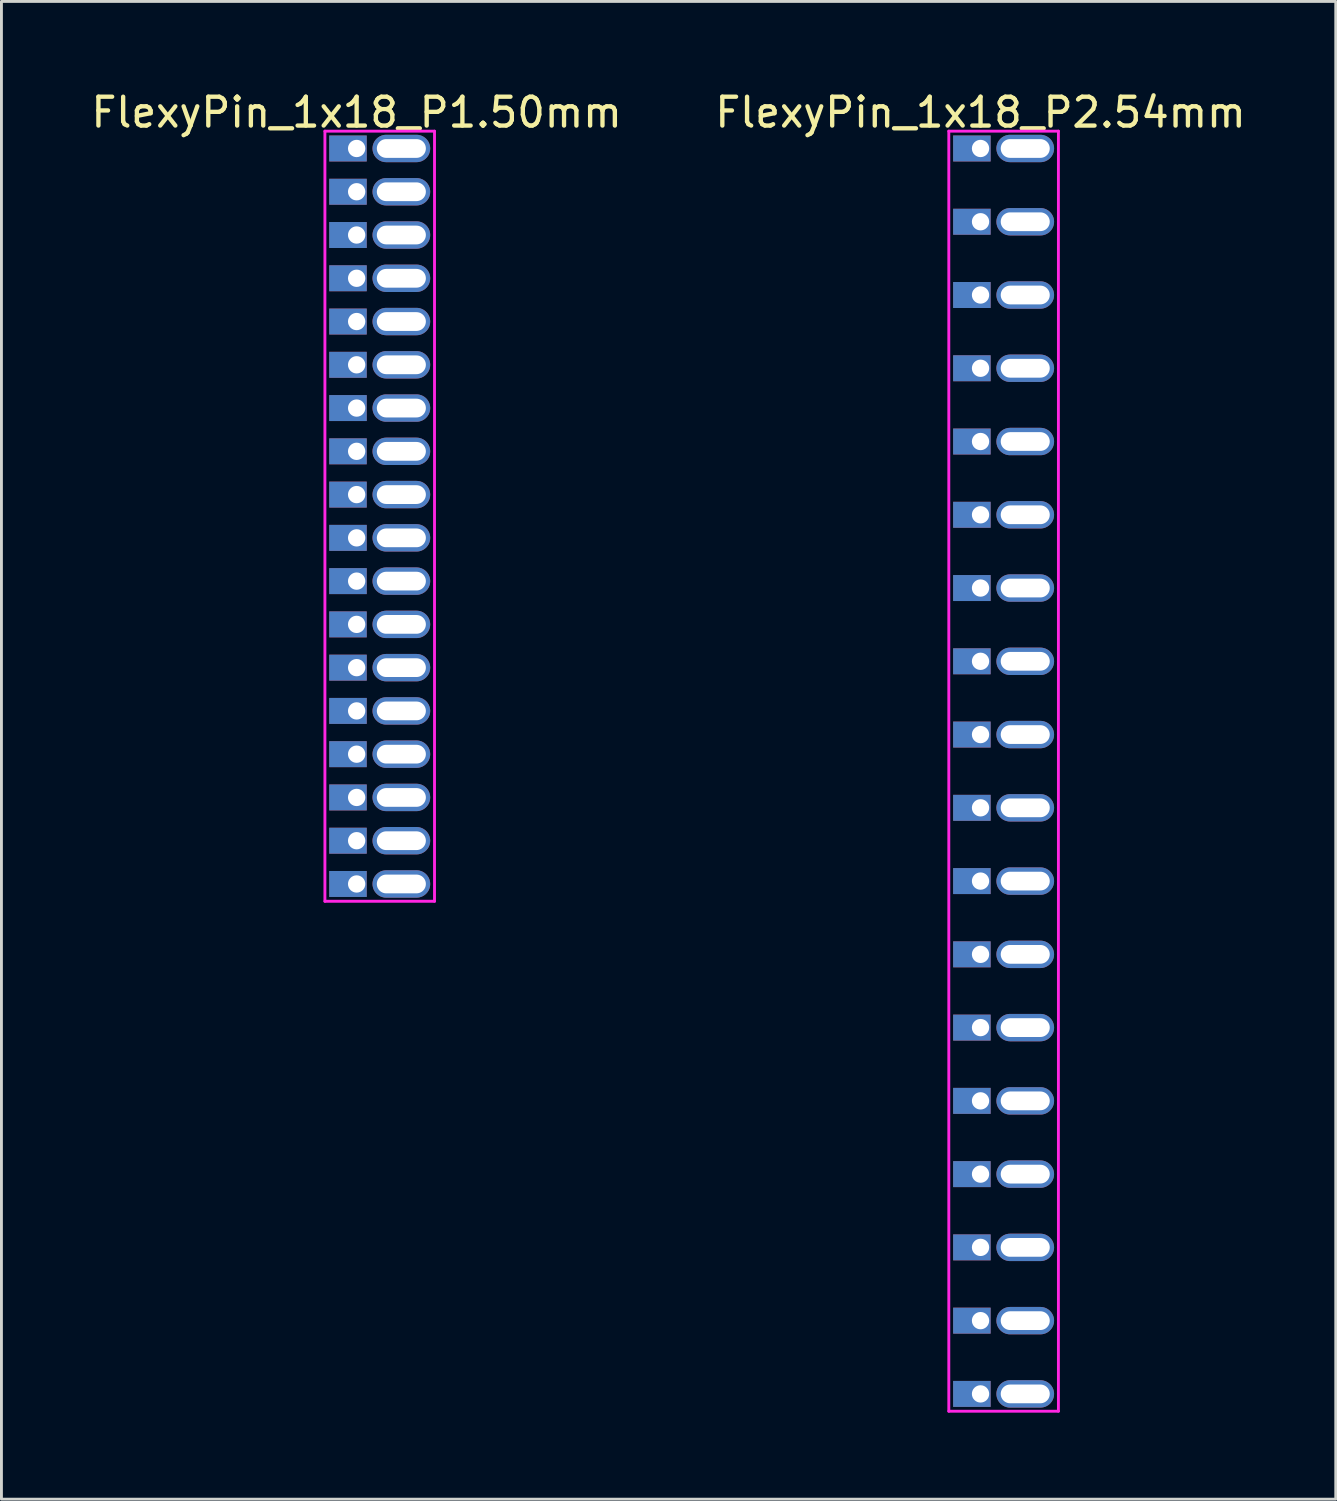
<source format=kicad_pcb>
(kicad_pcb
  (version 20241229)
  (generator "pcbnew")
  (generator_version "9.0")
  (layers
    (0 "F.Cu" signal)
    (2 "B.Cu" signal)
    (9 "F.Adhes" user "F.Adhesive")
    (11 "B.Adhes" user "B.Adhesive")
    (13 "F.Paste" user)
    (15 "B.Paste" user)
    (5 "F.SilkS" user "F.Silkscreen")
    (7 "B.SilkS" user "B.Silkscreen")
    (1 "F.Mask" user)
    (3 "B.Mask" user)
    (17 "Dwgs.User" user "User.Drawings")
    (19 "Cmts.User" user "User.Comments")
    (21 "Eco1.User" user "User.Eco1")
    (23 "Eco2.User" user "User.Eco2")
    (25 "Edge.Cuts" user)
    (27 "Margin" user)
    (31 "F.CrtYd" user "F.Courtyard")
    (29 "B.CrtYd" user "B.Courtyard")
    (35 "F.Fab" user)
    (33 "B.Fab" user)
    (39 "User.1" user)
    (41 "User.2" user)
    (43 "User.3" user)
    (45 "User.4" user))
  (footprint "FlexyPin_1x18_P1.50mm"
    (layer "F.Cu")
    (at 9.315 2.098)
    (property "Reference" "FlexyPin_1x18_P1.50mm" (at 0 -1.25 0) (layer "F.SilkS") (effects (font (size 1 1) (thickness 0.15))))
    (attr through_hole)
    (fp_line (start -1.1 -0.6) (end 2.7 -0.6) (stroke (width 0.1) (type solid)) (layer "F.CrtYd"))
    (fp_line (start -1.1 26.1) (end -1.1 -0.6) (stroke (width 0.1) (type solid)) (layer "F.CrtYd"))
    (fp_line (start 2.7 -0.6) (end 2.7 26.1) (stroke (width 0.1) (type solid)) (layer "F.CrtYd"))
    (fp_line (start 2.7 26.1) (end -1.1 26.1) (stroke (width 0.1) (type solid)) (layer "F.CrtYd"))
    (pad "" thru_hole oval (at 1.55 0) (size 2 0.95) (drill oval 1.7 0.65) (layers "*.Cu" "*.Mask"))
    (pad "" thru_hole oval (at 1.55 1.5) (size 2 0.95) (drill oval 1.7 0.65) (layers "*.Cu" "*.Mask"))
    (pad "" thru_hole oval (at 1.55 3) (size 2 0.95) (drill oval 1.7 0.65) (layers "*.Cu" "*.Mask"))
    (pad "" thru_hole oval (at 1.55 4.5) (size 2 0.95) (drill oval 1.7 0.65) (layers "*.Cu" "*.Mask"))
    (pad "" thru_hole oval (at 1.55 6) (size 2 0.95) (drill oval 1.7 0.65) (layers "*.Cu" "*.Mask"))
    (pad "" thru_hole oval (at 1.55 7.5) (size 2 0.95) (drill oval 1.7 0.65) (layers "*.Cu" "*.Mask"))
    (pad "" thru_hole oval (at 1.55 9) (size 2 0.95) (drill oval 1.7 0.65) (layers "*.Cu" "*.Mask"))
    (pad "" thru_hole oval (at 1.55 10.5) (size 2 0.95) (drill oval 1.7 0.65) (layers "*.Cu" "*.Mask"))
    (pad "" thru_hole oval (at 1.55 12) (size 2 0.95) (drill oval 1.7 0.65) (layers "*.Cu" "*.Mask"))
    (pad "" thru_hole oval (at 1.55 13.5) (size 2 0.95) (drill oval 1.7 0.65) (layers "*.Cu" "*.Mask"))
    (pad "" thru_hole oval (at 1.55 15) (size 2 0.95) (drill oval 1.7 0.65) (layers "*.Cu" "*.Mask"))
    (pad "" thru_hole oval (at 1.55 16.5) (size 2 0.95) (drill oval 1.7 0.65) (layers "*.Cu" "*.Mask"))
    (pad "" thru_hole oval (at 1.55 18) (size 2 0.95) (drill oval 1.7 0.65) (layers "*.Cu" "*.Mask"))
    (pad "" thru_hole oval (at 1.55 19.5) (size 2 0.95) (drill oval 1.7 0.65) (layers "*.Cu" "*.Mask"))
    (pad "" thru_hole oval (at 1.55 21) (size 2 0.95) (drill oval 1.7 0.65) (layers "*.Cu" "*.Mask"))
    (pad "" thru_hole oval (at 1.55 22.5) (size 2 0.95) (drill oval 1.7 0.65) (layers "*.Cu" "*.Mask"))
    (pad "" thru_hole oval (at 1.55 24) (size 2 0.95) (drill oval 1.7 0.65) (layers "*.Cu" "*.Mask"))
    (pad "" thru_hole oval (at 1.55 25.5) (size 2 0.95) (drill oval 1.7 0.65) (layers "*.Cu" "*.Mask"))
    (pad "1" thru_hole rect (at 0 0) (size 1.3 0.9) (drill 0.6 (offset -0.3 0)) (layers "*.Cu" "*.Mask"))
    (pad "2" thru_hole rect (at 0 1.5) (size 1.3 0.9) (drill 0.6 (offset -0.3 0)) (layers "*.Cu" "*.Mask"))
    (pad "3" thru_hole rect (at 0 3) (size 1.3 0.9) (drill 0.6 (offset -0.3 0)) (layers "*.Cu" "*.Mask"))
    (pad "4" thru_hole rect (at 0 4.5) (size 1.3 0.9) (drill 0.6 (offset -0.3 0)) (layers "*.Cu" "*.Mask"))
    (pad "5" thru_hole rect (at 0 6) (size 1.3 0.9) (drill 0.6 (offset -0.3 0)) (layers "*.Cu" "*.Mask"))
    (pad "6" thru_hole rect (at 0 7.5) (size 1.3 0.9) (drill 0.6 (offset -0.3 0)) (layers "*.Cu" "*.Mask"))
    (pad "7" thru_hole rect (at 0 9) (size 1.3 0.9) (drill 0.6 (offset -0.3 0)) (layers "*.Cu" "*.Mask"))
    (pad "8" thru_hole rect (at 0 10.5) (size 1.3 0.9) (drill 0.6 (offset -0.3 0)) (layers "*.Cu" "*.Mask"))
    (pad "9" thru_hole rect (at 0 12) (size 1.3 0.9) (drill 0.6 (offset -0.3 0)) (layers "*.Cu" "*.Mask"))
    (pad "10" thru_hole rect (at 0 13.5) (size 1.3 0.9) (drill 0.6 (offset -0.3 0)) (layers "*.Cu" "*.Mask"))
    (pad "11" thru_hole rect (at 0 15) (size 1.3 0.9) (drill 0.6 (offset -0.3 0)) (layers "*.Cu" "*.Mask"))
    (pad "12" thru_hole rect (at 0 16.5) (size 1.3 0.9) (drill 0.6 (offset -0.3 0)) (layers "*.Cu" "*.Mask"))
    (pad "13" thru_hole rect (at 0 18) (size 1.3 0.9) (drill 0.6 (offset -0.3 0)) (layers "*.Cu" "*.Mask"))
    (pad "14" thru_hole rect (at 0 19.5) (size 1.3 0.9) (drill 0.6 (offset -0.3 0)) (layers "*.Cu" "*.Mask"))
    (pad "15" thru_hole rect (at 0 21) (size 1.3 0.9) (drill 0.6 (offset -0.3 0)) (layers "*.Cu" "*.Mask"))
    (pad "16" thru_hole rect (at 0 22.5) (size 1.3 0.9) (drill 0.6 (offset -0.3 0)) (layers "*.Cu" "*.Mask"))
    (pad "17" thru_hole rect (at 0 24) (size 1.3 0.9) (drill 0.6 (offset -0.3 0)) (layers "*.Cu" "*.Mask"))
    (pad "18" thru_hole rect (at 0 25.5) (size 1.3 0.9) (drill 0.6 (offset -0.3 0)) (layers "*.Cu" "*.Mask")))
  (footprint "FlexyPin_1x18_P2.54mm"
    (layer "F.Cu")
    (at 30.946 2.098)
    (property "Reference" "FlexyPin_1x18_P2.54mm" (at 0 -1.25 0) (layer "F.SilkS") (effects (font (size 1 1) (thickness 0.15))))
    (attr through_hole)
    (fp_line (start -1.1 -0.6) (end 2.7 -0.6) (stroke (width 0.1) (type solid)) (layer "F.CrtYd"))
    (fp_line (start -1.1 43.78) (end -1.1 -0.6) (stroke (width 0.1) (type solid)) (layer "F.CrtYd"))
    (fp_line (start 2.7 -0.6) (end 2.7 43.78) (stroke (width 0.1) (type solid)) (layer "F.CrtYd"))
    (fp_line (start 2.7 43.78) (end -1.1 43.78) (stroke (width 0.1) (type solid)) (layer "F.CrtYd"))
    (pad "" thru_hole oval (at 1.55 0) (size 2 0.95) (drill oval 1.7 0.65) (layers "*.Cu" "*.Mask"))
    (pad "" thru_hole oval (at 1.55 2.54) (size 2 0.95) (drill oval 1.7 0.65) (layers "*.Cu" "*.Mask"))
    (pad "" thru_hole oval (at 1.55 5.08) (size 2 0.95) (drill oval 1.7 0.65) (layers "*.Cu" "*.Mask"))
    (pad "" thru_hole oval (at 1.55 7.62) (size 2 0.95) (drill oval 1.7 0.65) (layers "*.Cu" "*.Mask"))
    (pad "" thru_hole oval (at 1.55 10.16) (size 2 0.95) (drill oval 1.7 0.65) (layers "*.Cu" "*.Mask"))
    (pad "" thru_hole oval (at 1.55 12.7) (size 2 0.95) (drill oval 1.7 0.65) (layers "*.Cu" "*.Mask"))
    (pad "" thru_hole oval (at 1.55 15.24) (size 2 0.95) (drill oval 1.7 0.65) (layers "*.Cu" "*.Mask"))
    (pad "" thru_hole oval (at 1.55 17.78) (size 2 0.95) (drill oval 1.7 0.65) (layers "*.Cu" "*.Mask"))
    (pad "" thru_hole oval (at 1.55 20.32) (size 2 0.95) (drill oval 1.7 0.65) (layers "*.Cu" "*.Mask"))
    (pad "" thru_hole oval (at 1.55 22.86) (size 2 0.95) (drill oval 1.7 0.65) (layers "*.Cu" "*.Mask"))
    (pad "" thru_hole oval (at 1.55 25.4) (size 2 0.95) (drill oval 1.7 0.65) (layers "*.Cu" "*.Mask"))
    (pad "" thru_hole oval (at 1.55 27.94) (size 2 0.95) (drill oval 1.7 0.65) (layers "*.Cu" "*.Mask"))
    (pad "" thru_hole oval (at 1.55 30.48) (size 2 0.95) (drill oval 1.7 0.65) (layers "*.Cu" "*.Mask"))
    (pad "" thru_hole oval (at 1.55 33.02) (size 2 0.95) (drill oval 1.7 0.65) (layers "*.Cu" "*.Mask"))
    (pad "" thru_hole oval (at 1.55 35.56) (size 2 0.95) (drill oval 1.7 0.65) (layers "*.Cu" "*.Mask"))
    (pad "" thru_hole oval (at 1.55 38.1) (size 2 0.95) (drill oval 1.7 0.65) (layers "*.Cu" "*.Mask"))
    (pad "" thru_hole oval (at 1.55 40.64) (size 2 0.95) (drill oval 1.7 0.65) (layers "*.Cu" "*.Mask"))
    (pad "" thru_hole oval (at 1.55 43.18) (size 2 0.95) (drill oval 1.7 0.65) (layers "*.Cu" "*.Mask"))
    (pad "1" thru_hole rect (at 0 0) (size 1.3 0.9) (drill 0.6 (offset -0.3 0)) (layers "*.Cu" "*.Mask"))
    (pad "2" thru_hole rect (at 0 2.54) (size 1.3 0.9) (drill 0.6 (offset -0.3 0)) (layers "*.Cu" "*.Mask"))
    (pad "3" thru_hole rect (at 0 5.08) (size 1.3 0.9) (drill 0.6 (offset -0.3 0)) (layers "*.Cu" "*.Mask"))
    (pad "4" thru_hole rect (at 0 7.62) (size 1.3 0.9) (drill 0.6 (offset -0.3 0)) (layers "*.Cu" "*.Mask"))
    (pad "5" thru_hole rect (at 0 10.16) (size 1.3 0.9) (drill 0.6 (offset -0.3 0)) (layers "*.Cu" "*.Mask"))
    (pad "6" thru_hole rect (at 0 12.7) (size 1.3 0.9) (drill 0.6 (offset -0.3 0)) (layers "*.Cu" "*.Mask"))
    (pad "7" thru_hole rect (at 0 15.24) (size 1.3 0.9) (drill 0.6 (offset -0.3 0)) (layers "*.Cu" "*.Mask"))
    (pad "8" thru_hole rect (at 0 17.78) (size 1.3 0.9) (drill 0.6 (offset -0.3 0)) (layers "*.Cu" "*.Mask"))
    (pad "9" thru_hole rect (at 0 20.32) (size 1.3 0.9) (drill 0.6 (offset -0.3 0)) (layers "*.Cu" "*.Mask"))
    (pad "10" thru_hole rect (at 0 22.86) (size 1.3 0.9) (drill 0.6 (offset -0.3 0)) (layers "*.Cu" "*.Mask"))
    (pad "11" thru_hole rect (at 0 25.4) (size 1.3 0.9) (drill 0.6 (offset -0.3 0)) (layers "*.Cu" "*.Mask"))
    (pad "12" thru_hole rect (at 0 27.94) (size 1.3 0.9) (drill 0.6 (offset -0.3 0)) (layers "*.Cu" "*.Mask"))
    (pad "13" thru_hole rect (at 0 30.48) (size 1.3 0.9) (drill 0.6 (offset -0.3 0)) (layers "*.Cu" "*.Mask"))
    (pad "14" thru_hole rect (at 0 33.02) (size 1.3 0.9) (drill 0.6 (offset -0.3 0)) (layers "*.Cu" "*.Mask"))
    (pad "15" thru_hole rect (at 0 35.56) (size 1.3 0.9) (drill 0.6 (offset -0.3 0)) (layers "*.Cu" "*.Mask"))
    (pad "16" thru_hole rect (at 0 38.1) (size 1.3 0.9) (drill 0.6 (offset -0.3 0)) (layers "*.Cu" "*.Mask"))
    (pad "17" thru_hole rect (at 0 40.64) (size 1.3 0.9) (drill 0.6 (offset -0.3 0)) (layers "*.Cu" "*.Mask"))
    (pad "18" thru_hole rect (at 0 43.18) (size 1.3 0.9) (drill 0.6 (offset -0.3 0)) (layers "*.Cu" "*.Mask")))
  (gr_rect
    (start -3 -3)
    (end 43.262 48.928)
    (stroke (width 0.1) (type default))
    (fill no)
    (layer "Edge.Cuts")))
</source>
